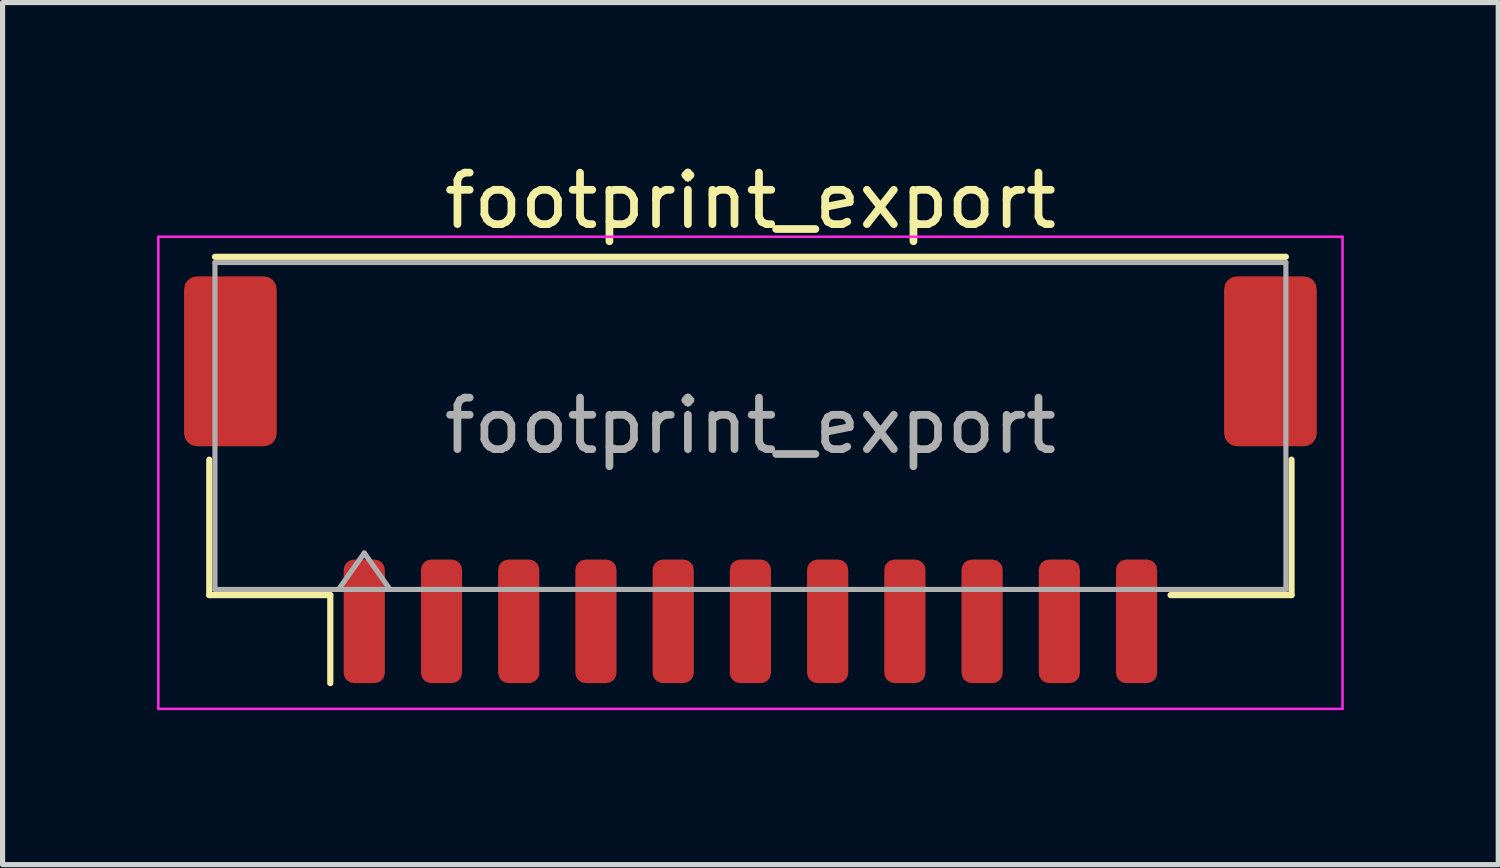
<source format=kicad_pcb>
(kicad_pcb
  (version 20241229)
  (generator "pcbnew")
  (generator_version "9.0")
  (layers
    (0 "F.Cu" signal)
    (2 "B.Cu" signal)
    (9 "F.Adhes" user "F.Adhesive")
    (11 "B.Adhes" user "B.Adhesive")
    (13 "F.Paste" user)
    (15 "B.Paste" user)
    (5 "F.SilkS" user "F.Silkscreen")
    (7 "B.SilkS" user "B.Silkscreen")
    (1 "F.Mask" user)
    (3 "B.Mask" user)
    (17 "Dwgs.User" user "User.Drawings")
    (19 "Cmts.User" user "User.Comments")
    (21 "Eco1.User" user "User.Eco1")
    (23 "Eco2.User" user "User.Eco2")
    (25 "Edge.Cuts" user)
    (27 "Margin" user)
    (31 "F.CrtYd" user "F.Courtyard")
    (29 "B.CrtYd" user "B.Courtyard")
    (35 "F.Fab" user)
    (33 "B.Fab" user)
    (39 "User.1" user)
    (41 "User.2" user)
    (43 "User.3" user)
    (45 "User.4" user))
  (footprint "footprint_export"
    (layer "F.Cu")
    (at 11.525 6.268)
    (property "Reference" "footprint_export" (at 0 -5.42 0) (layer "F.SilkS") (effects (font (size 1 1) (thickness 0.15))))
    (attr smd)
    (fp_line (start -10.51 -0.39) (end -10.51 2.24) (stroke (width 0.12) (type solid)) (layer "F.SilkS"))
    (fp_line (start -10.51 2.24) (end -8.16 2.24) (stroke (width 0.12) (type solid)) (layer "F.SilkS"))
    (fp_line (start -10.4 -4.33) (end 10.4 -4.33) (stroke (width 0.12) (type solid)) (layer "F.SilkS"))
    (fp_line (start -8.16 2.24) (end -8.16 3.95) (stroke (width 0.12) (type solid)) (layer "F.SilkS"))
    (fp_line (start 10.51 -0.39) (end 10.51 2.24) (stroke (width 0.12) (type solid)) (layer "F.SilkS"))
    (fp_line (start 10.51 2.24) (end 8.16 2.24) (stroke (width 0.12) (type solid)) (layer "F.SilkS"))
    (fp_line (start -11.5 -4.72) (end -11.5 4.45) (stroke (width 0.05) (type solid)) (layer "F.CrtYd"))
    (fp_line (start -11.5 4.45) (end 11.5 4.45) (stroke (width 0.05) (type solid)) (layer "F.CrtYd"))
    (fp_line (start 11.5 -4.72) (end -11.5 -4.72) (stroke (width 0.05) (type solid)) (layer "F.CrtYd"))
    (fp_line (start 11.5 4.45) (end 11.5 -4.72) (stroke (width 0.05) (type solid)) (layer "F.CrtYd"))
    (fp_line (start -10.4 -4.22) (end 10.4 -4.22) (stroke (width 0.1) (type solid)) (layer "F.Fab"))
    (fp_line (start -10.4 2.13) (end -10.4 -4.22) (stroke (width 0.1) (type solid)) (layer "F.Fab"))
    (fp_line (start -10.4 2.13) (end 10.4 2.13) (stroke (width 0.1) (type solid)) (layer "F.Fab"))
    (fp_line (start -8 2.13) (end -7.5 1.423) (stroke (width 0.1) (type solid)) (layer "F.Fab"))
    (fp_line (start -7.5 1.423) (end -7 2.13) (stroke (width 0.1) (type solid)) (layer "F.Fab"))
    (fp_line (start 10.4 2.13) (end 10.4 -4.22) (stroke (width 0.1) (type solid)) (layer "F.Fab"))
    (fp_text user "${REFERENCE}" (at 0 -1.05 0) (layer "F.Fab") (effects (font (size 1 1) (thickness 0.15))))
    (pad "1" smd roundrect (at -7.5 2.75) (size 0.8 2.4) (layers "F.Cu" "F.Mask" "F.Paste") (roundrect_rratio 0.25))
    (pad "2" smd roundrect (at -6 2.75) (size 0.8 2.4) (layers "F.Cu" "F.Mask" "F.Paste") (roundrect_rratio 0.25))
    (pad "3" smd roundrect (at -4.5 2.75) (size 0.8 2.4) (layers "F.Cu" "F.Mask" "F.Paste") (roundrect_rratio 0.25))
    (pad "4" smd roundrect (at -3 2.75) (size 0.8 2.4) (layers "F.Cu" "F.Mask" "F.Paste") (roundrect_rratio 0.25))
    (pad "5" smd roundrect (at -1.5 2.75) (size 0.8 2.4) (layers "F.Cu" "F.Mask" "F.Paste") (roundrect_rratio 0.25))
    (pad "6" smd roundrect (at 0 2.75) (size 0.8 2.4) (layers "F.Cu" "F.Mask" "F.Paste") (roundrect_rratio 0.25))
    (pad "7" smd roundrect (at 1.5 2.75) (size 0.8 2.4) (layers "F.Cu" "F.Mask" "F.Paste") (roundrect_rratio 0.25))
    (pad "8" smd roundrect (at 3 2.75) (size 0.8 2.4) (layers "F.Cu" "F.Mask" "F.Paste") (roundrect_rratio 0.25))
    (pad "9" smd roundrect (at 4.5 2.75) (size 0.8 2.4) (layers "F.Cu" "F.Mask" "F.Paste") (roundrect_rratio 0.25))
    (pad "10" smd roundrect (at 6 2.75) (size 0.8 2.4) (layers "F.Cu" "F.Mask" "F.Paste") (roundrect_rratio 0.25))
    (pad "11" smd roundrect (at 7.5 2.75) (size 0.8 2.4) (layers "F.Cu" "F.Mask" "F.Paste") (roundrect_rratio 0.25))
    (pad "MP" smd roundrect (at -10.1 -2.3) (size 1.8 3.3) (layers "F.Cu" "F.Mask" "F.Paste") (roundrect_rratio 0.139))
    (pad "MP" smd roundrect (at 10.1 -2.3) (size 1.8 3.3) (layers "F.Cu" "F.Mask" "F.Paste") (roundrect_rratio 0.139)))
  (gr_rect
    (start -3 -3)
    (end 26.05 13.743)
    (stroke (width 0.1) (type default))
    (fill no)
    (layer "Edge.Cuts")))
</source>
